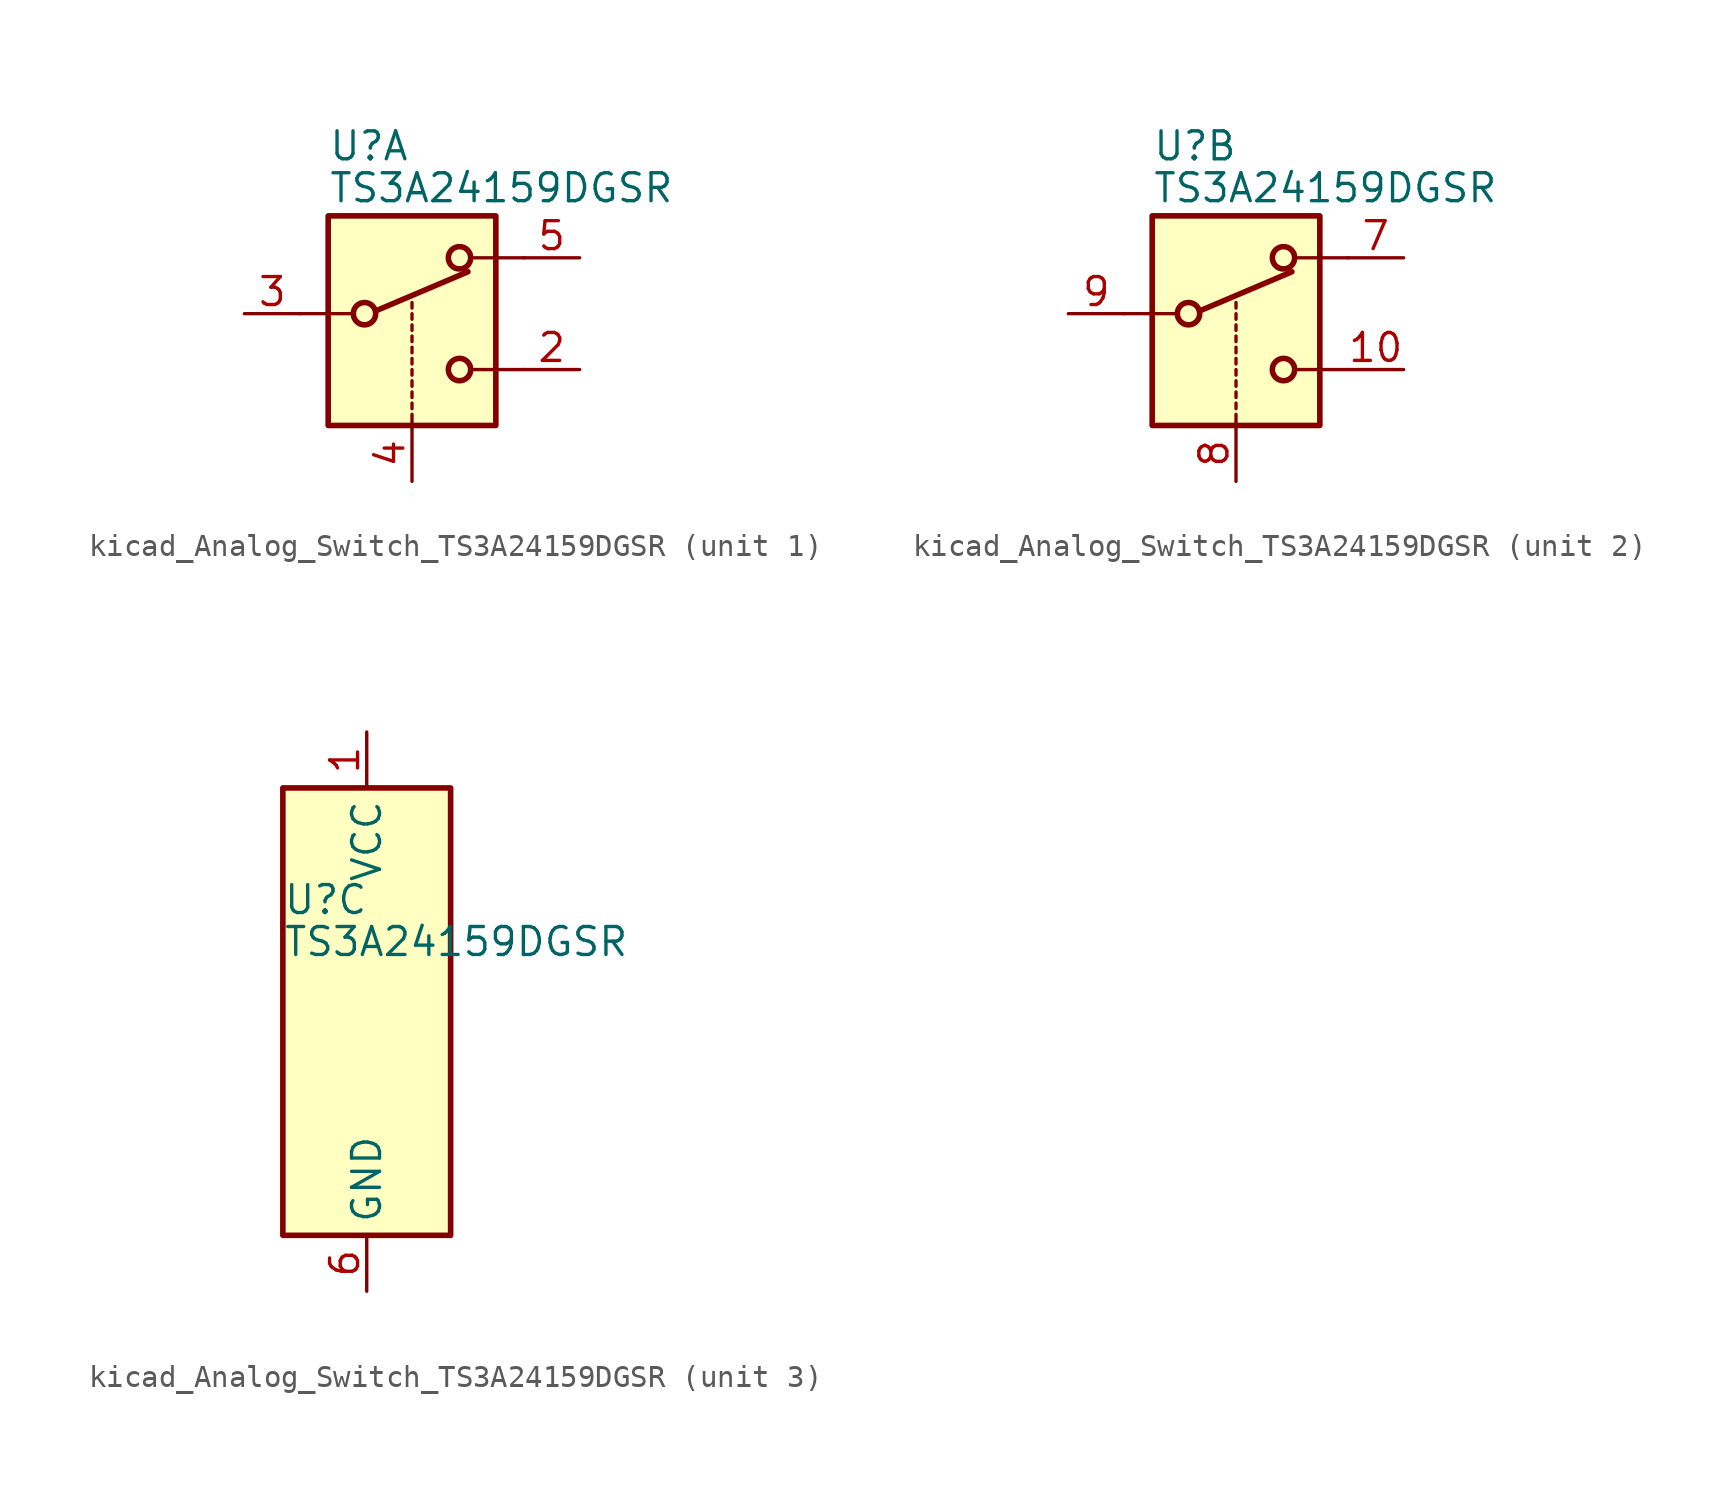
<source format=kicad_sym>
(kicad_symbol_lib
  (version 20220914)
  (generator kicad_symbol_editor)
  (symbol "kicad_Analog_Switch_TS3A24159DGSR"
    (property "Reference" "U"
      (at -3.81 5.08 0)
      (effects (font (size 1.27 1.27)) (justify left)))
    (property "Value" "TS3A24159DGSR"
      (at -3.81 3.175 0)
      (effects (font (size 1.27 1.27)) (justify left)))
    (property "ki_locked" ""
      (at 0 0 0)
      (effects (font (size 1.27 1.27))))
    (symbol "kicad_Analog_Switch_TS3A24159DGSR_1_1"
      (rectangle (start -3.81 1.905) (end 3.81 -7.62) (stroke (width 0.254) (type default)) (fill (type background)))
      (circle (center -2.159 -2.54) (radius 0.508) (stroke (width 0.254) (type default)) (fill (type none)))
      (polyline (pts (xy -5.08 -2.54) (xy -2.794 -2.54)) (stroke (width 0) (type default)) (fill (type none)))
      (polyline (pts (xy -1.651 -2.413) (xy 2.54 -0.635)) (stroke (width 0.254) (type default)) (fill (type none)))
      (polyline (pts (xy 0 -7.62) (xy 0 -7.112)) (stroke (width 0) (type default)) (fill (type none)))
      (polyline (pts (xy 0 -6.858) (xy 0 -6.604)) (stroke (width 0) (type default)) (fill (type none)))
      (polyline (pts (xy 0 -6.35) (xy 0 -6.096)) (stroke (width 0) (type default)) (fill (type none)))
      (polyline (pts (xy 0 -5.842) (xy 0 -5.588)) (stroke (width 0) (type default)) (fill (type none)))
      (polyline (pts (xy 0 -5.334) (xy 0 -5.08)) (stroke (width 0) (type default)) (fill (type none)))
      (polyline (pts (xy 0 -4.826) (xy 0 -4.572)) (stroke (width 0) (type default)) (fill (type none)))
      (polyline (pts (xy 0 -4.318) (xy 0 -4.064)) (stroke (width 0) (type default)) (fill (type none)))
      (polyline (pts (xy 0 -3.81) (xy 0 -3.556)) (stroke (width 0) (type default)) (fill (type none)))
      (polyline (pts (xy 0 -3.302) (xy 0 -3.048)) (stroke (width 0) (type default)) (fill (type none)))
      (polyline (pts (xy 0 -2.794) (xy 0 -2.54)) (stroke (width 0) (type default)) (fill (type none)))
      (polyline (pts (xy 0 -2.286) (xy 0 -2.032)) (stroke (width 0) (type default)) (fill (type none)))
      (polyline (pts (xy 5.08 -5.08) (xy 2.794 -5.08)) (stroke (width 0) (type default)) (fill (type none)))
      (polyline (pts (xy 5.08 0) (xy 2.794 0)) (stroke (width 0) (type default)) (fill (type none)))
      (circle (center 2.159 -5.08) (radius 0.508) (stroke (width 0.254) (type default)) (fill (type none)))
      (circle (center 2.159 0) (radius 0.508) (stroke (width 0.254) (type default)) (fill (type none)))
      (pin passive line (at 7.62 -5.08 180) (length 2.54) (name "~" (effects (font (size 1.27 1.27)))) (number "2" (effects (font (size 1.27 1.27)))))
      (pin passive line (at -7.62 -2.54 0) (length 2.54) (name "~" (effects (font (size 1.27 1.27)))) (number "3" (effects (font (size 1.27 1.27)))))
      (pin input line (at 0 -10.16 90) (length 2.54) (name "~" (effects (font (size 1.27 1.27)))) (number "4" (effects (font (size 1.27 1.27)))))
      (pin passive line (at 7.62 0 180) (length 2.54) (name "~" (effects (font (size 1.27 1.27)))) (number "5" (effects (font (size 1.27 1.27))))))
    (symbol "kicad_Analog_Switch_TS3A24159DGSR_2_1"
      (rectangle (start -3.81 1.905) (end 3.81 -7.62) (stroke (width 0.254) (type default)) (fill (type background)))
      (circle (center -2.159 -2.54) (radius 0.508) (stroke (width 0.254) (type default)) (fill (type none)))
      (polyline (pts (xy -5.08 -2.54) (xy -2.794 -2.54)) (stroke (width 0) (type default)) (fill (type none)))
      (polyline (pts (xy -1.651 -2.413) (xy 2.54 -0.635)) (stroke (width 0.254) (type default)) (fill (type none)))
      (polyline (pts (xy 0 -7.62) (xy 0 -7.112)) (stroke (width 0) (type default)) (fill (type none)))
      (polyline (pts (xy 0 -6.858) (xy 0 -6.604)) (stroke (width 0) (type default)) (fill (type none)))
      (polyline (pts (xy 0 -6.35) (xy 0 -6.096)) (stroke (width 0) (type default)) (fill (type none)))
      (polyline (pts (xy 0 -5.842) (xy 0 -5.588)) (stroke (width 0) (type default)) (fill (type none)))
      (polyline (pts (xy 0 -5.334) (xy 0 -5.08)) (stroke (width 0) (type default)) (fill (type none)))
      (polyline (pts (xy 0 -4.826) (xy 0 -4.572)) (stroke (width 0) (type default)) (fill (type none)))
      (polyline (pts (xy 0 -4.318) (xy 0 -4.064)) (stroke (width 0) (type default)) (fill (type none)))
      (polyline (pts (xy 0 -3.81) (xy 0 -3.556)) (stroke (width 0) (type default)) (fill (type none)))
      (polyline (pts (xy 0 -3.302) (xy 0 -3.048)) (stroke (width 0) (type default)) (fill (type none)))
      (polyline (pts (xy 0 -2.794) (xy 0 -2.54)) (stroke (width 0) (type default)) (fill (type none)))
      (polyline (pts (xy 0 -2.286) (xy 0 -2.032)) (stroke (width 0) (type default)) (fill (type none)))
      (polyline (pts (xy 5.08 -5.08) (xy 2.794 -5.08)) (stroke (width 0) (type default)) (fill (type none)))
      (polyline (pts (xy 5.08 0) (xy 2.794 0)) (stroke (width 0) (type default)) (fill (type none)))
      (circle (center 2.159 -5.08) (radius 0.508) (stroke (width 0.254) (type default)) (fill (type none)))
      (circle (center 2.159 0) (radius 0.508) (stroke (width 0.254) (type default)) (fill (type none)))
      (pin passive line (at 7.62 -5.08 180) (length 2.54) (name "~" (effects (font (size 1.27 1.27)))) (number "10" (effects (font (size 1.27 1.27)))))
      (pin passive line (at 7.62 0 180) (length 2.54) (name "~" (effects (font (size 1.27 1.27)))) (number "7" (effects (font (size 1.27 1.27)))))
      (pin input line (at 0 -10.16 90) (length 2.54) (name "~" (effects (font (size 1.27 1.27)))) (number "8" (effects (font (size 1.27 1.27)))))
      (pin passive line (at -7.62 -2.54 0) (length 2.54) (name "~" (effects (font (size 1.27 1.27)))) (number "9" (effects (font (size 1.27 1.27))))))
    (symbol "kicad_Analog_Switch_TS3A24159DGSR_3_1"
      (rectangle (start -3.81 10.16) (end 3.81 -10.16) (stroke (width 0.254) (type default)) (fill (type background)))
      (pin power_in line (at 0 12.7 270) (length 2.54) (name "VCC" (effects (font (size 1.27 1.27)))) (number "1" (effects (font (size 1.27 1.27)))))
      (pin power_in line (at 0 -12.7 90) (length 2.54) (name "GND" (effects (font (size 1.27 1.27)))) (number "6" (effects (font (size 1.27 1.27))))))))
</source>
